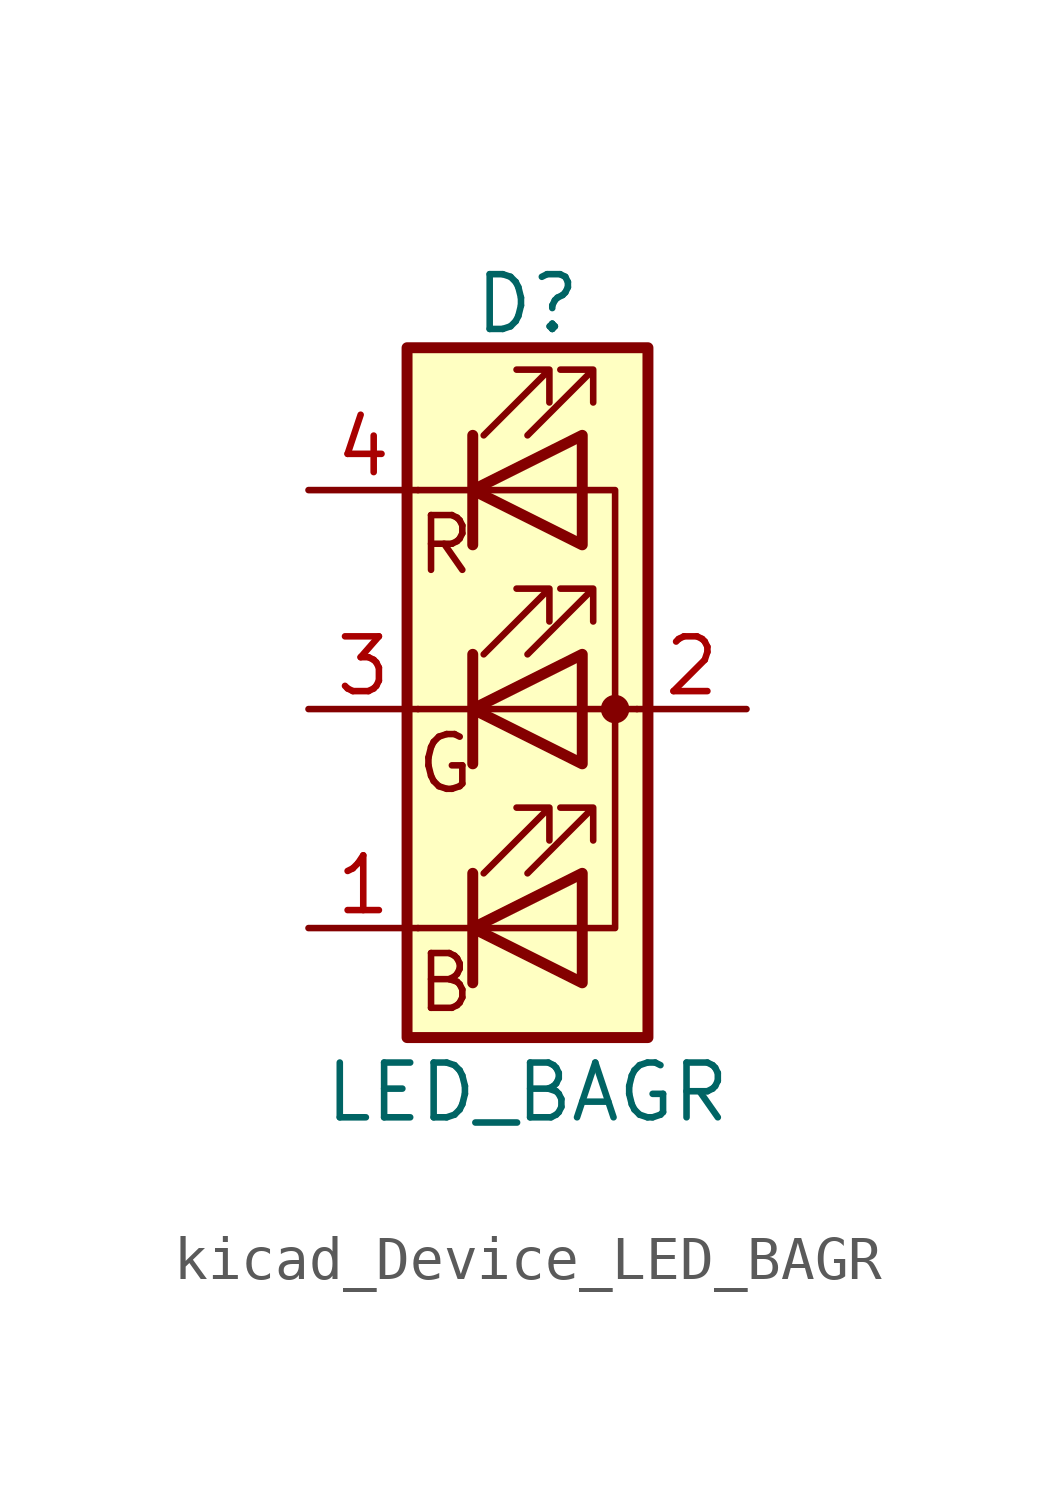
<source format=kicad_sym>
(kicad_symbol_lib
  (version 20220914)
  (generator kicad_symbol_editor)
  (symbol "kicad_Device_LED_BAGR"
    (pin_names
      (offset 0) hide)
    (property "Reference" "D"
      (at 0 9.398 0)
      (effects (font (size 1.27 1.27))))
    (property "Value" "LED_BAGR"
      (at 0 -8.89 0)
      (effects (font (size 1.27 1.27))))
    (symbol "kicad_Device_LED_BAGR_0_0"
      (text "B" (at -1.905 -6.35 0) (effects (font (size 1.27 1.27))))
      (text "G" (at -1.905 -1.27 0) (effects (font (size 1.27 1.27))))
      (text "R" (at -1.905 3.81 0) (effects (font (size 1.27 1.27)))))
    (symbol "kicad_Device_LED_BAGR_0_1"
      (polyline (pts (xy -1.27 -5.08) (xy -2.54 -5.08)) (stroke (width 0) (type default)) (fill (type none)))
      (polyline (pts (xy -1.27 -5.08) (xy 1.27 -5.08)) (stroke (width 0) (type default)) (fill (type none)))
      (polyline (pts (xy -1.27 -3.81) (xy -1.27 -6.35)) (stroke (width 0.254) (type default)) (fill (type none)))
      (polyline (pts (xy -1.27 0) (xy -2.54 0)) (stroke (width 0) (type default)) (fill (type none)))
      (polyline (pts (xy -1.27 1.27) (xy -1.27 -1.27)) (stroke (width 0.254) (type default)) (fill (type none)))
      (polyline (pts (xy -1.27 5.08) (xy -2.54 5.08)) (stroke (width 0) (type default)) (fill (type none)))
      (polyline (pts (xy -1.27 5.08) (xy 1.27 5.08)) (stroke (width 0) (type default)) (fill (type none)))
      (polyline (pts (xy -1.27 6.35) (xy -1.27 3.81)) (stroke (width 0.254) (type default)) (fill (type none)))
      (polyline (pts (xy 1.27 0) (xy -1.27 0)) (stroke (width 0) (type default)) (fill (type none)))
      (polyline (pts (xy 1.27 0) (xy 2.54 0)) (stroke (width 0) (type default)) (fill (type none)))
      (polyline (pts (xy -1.27 1.27) (xy -1.27 -1.27) (xy -1.27 -1.27)) (stroke (width 0) (type default)) (fill (type none)))
      (polyline (pts (xy -1.27 6.35) (xy -1.27 3.81) (xy -1.27 3.81)) (stroke (width 0) (type default)) (fill (type none)))
      (polyline (pts (xy 1.27 -5.08) (xy 2.032 -5.08) (xy 2.032 5.08) (xy 1.27 5.08)) (stroke (width 0) (type default)) (fill (type none)))
      (polyline (pts (xy 1.27 -3.81) (xy 1.27 -6.35) (xy -1.27 -5.08) (xy 1.27 -3.81)) (stroke (width 0.254) (type default)) (fill (type none)))
      (polyline (pts (xy 1.27 1.27) (xy 1.27 -1.27) (xy -1.27 0) (xy 1.27 1.27)) (stroke (width 0.254) (type default)) (fill (type none)))
      (polyline (pts (xy 1.27 6.35) (xy 1.27 3.81) (xy -1.27 5.08) (xy 1.27 6.35)) (stroke (width 0.254) (type default)) (fill (type none)))
      (polyline (pts (xy -1.016 -3.81) (xy 0.508 -2.286) (xy -0.254 -2.286) (xy 0.508 -2.286) (xy 0.508 -3.048)) (stroke (width 0) (type default)) (fill (type none)))
      (polyline (pts (xy -1.016 1.27) (xy 0.508 2.794) (xy -0.254 2.794) (xy 0.508 2.794) (xy 0.508 2.032)) (stroke (width 0) (type default)) (fill (type none)))
      (polyline (pts (xy -1.016 6.35) (xy 0.508 7.874) (xy -0.254 7.874) (xy 0.508 7.874) (xy 0.508 7.112)) (stroke (width 0) (type default)) (fill (type none)))
      (polyline (pts (xy 0 -3.81) (xy 1.524 -2.286) (xy 0.762 -2.286) (xy 1.524 -2.286) (xy 1.524 -3.048)) (stroke (width 0) (type default)) (fill (type none)))
      (polyline (pts (xy 0 1.27) (xy 1.524 2.794) (xy 0.762 2.794) (xy 1.524 2.794) (xy 1.524 2.032)) (stroke (width 0) (type default)) (fill (type none)))
      (polyline (pts (xy 0 6.35) (xy 1.524 7.874) (xy 0.762 7.874) (xy 1.524 7.874) (xy 1.524 7.112)) (stroke (width 0) (type default)) (fill (type none)))
      (rectangle (start 1.27 -1.27) (end 1.27 1.27) (stroke (width 0) (type default)) (fill (type none)))
      (rectangle (start 1.27 1.27) (end 1.27 1.27) (stroke (width 0) (type default)) (fill (type none)))
      (rectangle (start 1.27 3.81) (end 1.27 6.35) (stroke (width 0) (type default)) (fill (type none)))
      (rectangle (start 1.27 6.35) (end 1.27 6.35) (stroke (width 0) (type default)) (fill (type none)))
      (circle (center 2.032 0) (radius 0.254) (stroke (width 0) (type default)) (fill (type outline)))
      (rectangle (start 2.794 8.382) (end -2.794 -7.62) (stroke (width 0.254) (type default)) (fill (type background))))
    (symbol "kicad_Device_LED_BAGR_1_1"
      (pin passive line (at -5.08 -5.08 0) (length 2.54) (name "BK" (effects (font (size 1.27 1.27)))) (number "1" (effects (font (size 1.27 1.27)))))
      (pin passive line (at 5.08 0 180) (length 2.54) (name "A" (effects (font (size 1.27 1.27)))) (number "2" (effects (font (size 1.27 1.27)))))
      (pin passive line (at -5.08 0 0) (length 2.54) (name "GK" (effects (font (size 1.27 1.27)))) (number "3" (effects (font (size 1.27 1.27)))))
      (pin passive line (at -5.08 5.08 0) (length 2.54) (name "RK" (effects (font (size 1.27 1.27)))) (number "4" (effects (font (size 1.27 1.27))))))))
</source>
